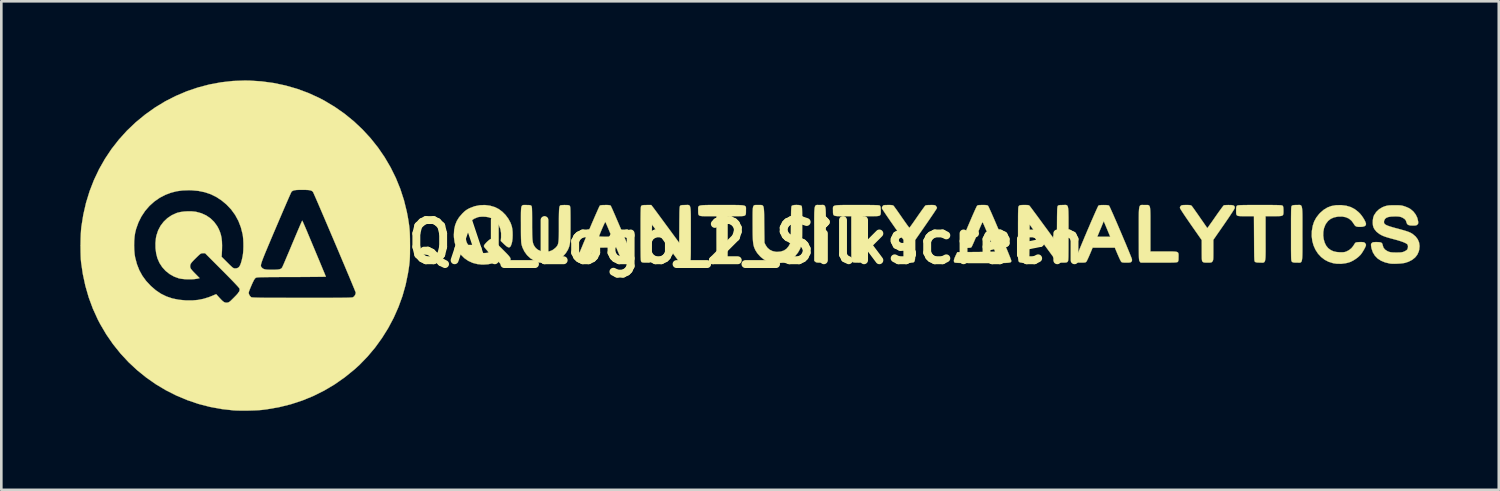
<source format=kicad_pcb>
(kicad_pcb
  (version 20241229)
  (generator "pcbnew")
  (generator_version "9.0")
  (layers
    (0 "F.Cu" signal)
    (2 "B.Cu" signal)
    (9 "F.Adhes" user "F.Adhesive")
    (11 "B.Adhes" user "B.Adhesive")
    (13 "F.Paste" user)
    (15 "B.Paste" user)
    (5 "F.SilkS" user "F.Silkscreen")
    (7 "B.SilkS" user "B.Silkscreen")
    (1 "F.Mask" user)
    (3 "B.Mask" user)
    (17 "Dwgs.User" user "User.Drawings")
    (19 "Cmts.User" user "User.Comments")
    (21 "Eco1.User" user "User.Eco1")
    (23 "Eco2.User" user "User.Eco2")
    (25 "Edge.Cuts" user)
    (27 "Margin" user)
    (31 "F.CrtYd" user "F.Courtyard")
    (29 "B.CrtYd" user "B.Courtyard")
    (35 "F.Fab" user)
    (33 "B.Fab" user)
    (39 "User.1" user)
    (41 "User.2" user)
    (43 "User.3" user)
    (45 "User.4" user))
  (footprint "QAI_Logo_2_Silkscreen"
    (layer "F.Cu")
    (at 25.261 6.132)
    (property "Reference" "QAI_Logo_2_Silkscreen" (at 0 0 0) (layer "F.SilkS") (effects (font (size 1.524 1.524) (thickness 0.3))))
    (attr through_hole)
    (fp_poly (pts (xy 2.737 -1.407) (xy 2.779 -1.406) (xy 2.794 -1.405) (xy 2.838 -1.407) (xy 2.876 -1.408) (xy 2.909 -1.408) (xy 2.935 -1.404) (xy 2.957 -1.392) (xy 2.975 -1.372) (xy 2.988 -1.341) (xy 2.999 -1.295) (xy 3.006 -1.233) (xy 3.01 -1.153) (xy 3.013 -1.051) (xy 3.014 -0.926) (xy 3.015 -0.776) (xy 3.014 -0.596) (xy 3.014 -0.386) (xy 3.014 -0.314) (xy 3.014 0.71) (xy 2.977 0.744) (xy 2.953 0.762) (xy 2.922 0.772) (xy 2.875 0.777) (xy 2.804 0.779) (xy 2.794 0.779) (xy 2.719 0.778) (xy 2.67 0.773) (xy 2.638 0.763) (xy 2.614 0.747) (xy 2.611 0.744) (xy 2.574 0.71) (xy 2.574 -0.314) (xy 2.574 -0.534) (xy 2.573 -0.723) (xy 2.573 -0.882) (xy 2.574 -1.015) (xy 2.576 -1.124) (xy 2.581 -1.21) (xy 2.587 -1.278) (xy 2.596 -1.328) (xy 2.609 -1.364) (xy 2.625 -1.387) (xy 2.645 -1.401) (xy 2.67 -1.407) (xy 2.701 -1.408) (xy 2.737 -1.407)) (stroke (width 0.01) (type solid)) (fill yes) (layer "F.SilkS"))
    (fp_poly (pts (xy 20.986 -1.408) (xy 21.013 -1.403) (xy 21.034 -1.392) (xy 21.052 -1.371) (xy 21.065 -1.339) (xy 21.075 -1.294) (xy 21.082 -1.231) (xy 21.087 -1.151) (xy 21.09 -1.048) (xy 21.091 -0.923) (xy 21.091 -0.771) (xy 21.091 -0.591) (xy 21.09 -0.381) (xy 21.09 -0.313) (xy 21.091 -0.093) (xy 21.091 0.095) (xy 21.091 0.255) (xy 21.09 0.388) (xy 21.088 0.496) (xy 21.084 0.583) (xy 21.077 0.651) (xy 21.068 0.701) (xy 21.056 0.737) (xy 21.04 0.76) (xy 21.02 0.774) (xy 20.995 0.78) (xy 20.966 0.782) (xy 20.93 0.78) (xy 20.889 0.779) (xy 20.876 0.779) (xy 20.801 0.778) (xy 20.751 0.773) (xy 20.719 0.764) (xy 20.697 0.749) (xy 20.693 0.745) (xy 20.686 0.737) (xy 20.68 0.727) (xy 20.675 0.712) (xy 20.67 0.69) (xy 20.667 0.658) (xy 20.664 0.613) (xy 20.662 0.553) (xy 20.661 0.475) (xy 20.66 0.376) (xy 20.659 0.255) (xy 20.659 0.108) (xy 20.659 -0.067) (xy 20.659 -0.273) (xy 20.659 -0.319) (xy 20.659 -0.532) (xy 20.659 -0.713) (xy 20.659 -0.866) (xy 20.66 -0.993) (xy 20.661 -1.096) (xy 20.662 -1.178) (xy 20.664 -1.241) (xy 20.667 -1.289) (xy 20.67 -1.323) (xy 20.674 -1.347) (xy 20.679 -1.362) (xy 20.685 -1.372) (xy 20.69 -1.377) (xy 20.714 -1.392) (xy 20.753 -1.401) (xy 20.814 -1.405) (xy 20.873 -1.405) (xy 20.917 -1.407) (xy 20.955 -1.408) (xy 20.986 -1.408)) (stroke (width 0.01) (type solid)) (fill yes) (layer "F.SilkS"))
    (fp_poly (pts (xy 15.05 -1.407) (xy 15.093 -1.406) (xy 15.105 -1.405) (xy 15.153 -1.406) (xy 15.193 -1.407) (xy 15.227 -1.406) (xy 15.254 -1.399) (xy 15.276 -1.385) (xy 15.293 -1.36) (xy 15.306 -1.323) (xy 15.314 -1.269) (xy 15.32 -1.198) (xy 15.323 -1.105) (xy 15.325 -0.989) (xy 15.325 -0.846) (xy 15.325 -0.675) (xy 15.325 -0.491) (xy 15.325 0.356) (xy 15.83 0.356) (xy 15.983 0.355) (xy 16.105 0.356) (xy 16.201 0.358) (xy 16.272 0.363) (xy 16.323 0.372) (xy 16.358 0.387) (xy 16.378 0.409) (xy 16.388 0.439) (xy 16.392 0.478) (xy 16.392 0.528) (xy 16.391 0.57) (xy 16.39 0.647) (xy 16.386 0.697) (xy 16.377 0.729) (xy 16.363 0.749) (xy 16.36 0.751) (xy 16.35 0.758) (xy 16.333 0.764) (xy 16.308 0.768) (xy 16.269 0.772) (xy 16.215 0.775) (xy 16.143 0.777) (xy 16.048 0.778) (xy 15.929 0.779) (xy 15.781 0.779) (xy 15.642 0.779) (xy 14.955 0.779) (xy 14.919 0.734) (xy 14.912 0.724) (xy 14.906 0.713) (xy 14.901 0.697) (xy 14.897 0.674) (xy 14.893 0.642) (xy 14.89 0.598) (xy 14.888 0.538) (xy 14.887 0.462) (xy 14.886 0.365) (xy 14.885 0.245) (xy 14.885 0.1) (xy 14.884 -0.073) (xy 14.884 -0.276) (xy 14.884 -0.324) (xy 14.884 -0.543) (xy 14.884 -0.73) (xy 14.884 -0.889) (xy 14.885 -1.021) (xy 14.887 -1.128) (xy 14.891 -1.214) (xy 14.898 -1.281) (xy 14.907 -1.33) (xy 14.92 -1.365) (xy 14.936 -1.388) (xy 14.957 -1.401) (xy 14.983 -1.407) (xy 15.014 -1.408) (xy 15.05 -1.407)) (stroke (width 0.01) (type solid)) (fill yes) (layer "F.SilkS"))
    (fp_poly (pts (xy -0.417 -1.405) (xy -0.304 -1.404) (xy -0.215 -1.4) (xy -0.145 -1.395) (xy -0.094 -1.386) (xy -0.058 -1.373) (xy -0.035 -1.356) (xy -0.022 -1.335) (xy -0.016 -1.307) (xy -0.015 -1.274) (xy -0.016 -1.234) (xy -0.017 -1.198) (xy -0.017 -1.127) (xy -0.02 -1.074) (xy -0.031 -1.036) (xy -0.053 -1.01) (xy -0.09 -0.994) (xy -0.148 -0.986) (xy -0.229 -0.983) (xy -0.338 -0.982) (xy -0.39 -0.982) (xy -0.711 -0.982) (xy -0.711 -0.13) (xy -0.711 0.063) (xy -0.711 0.224) (xy -0.712 0.357) (xy -0.713 0.465) (xy -0.714 0.55) (xy -0.716 0.615) (xy -0.719 0.664) (xy -0.722 0.698) (xy -0.727 0.722) (xy -0.732 0.737) (xy -0.738 0.747) (xy -0.742 0.751) (xy -0.778 0.767) (xy -0.836 0.777) (xy -0.907 0.782) (xy -0.98 0.78) (xy -1.045 0.772) (xy -1.092 0.758) (xy -1.107 0.748) (xy -1.113 0.738) (xy -1.118 0.723) (xy -1.123 0.699) (xy -1.126 0.664) (xy -1.129 0.615) (xy -1.131 0.549) (xy -1.133 0.463) (xy -1.134 0.354) (xy -1.134 0.22) (xy -1.134 0.058) (xy -1.135 -0.133) (xy -1.135 -0.982) (xy -1.455 -0.982) (xy -1.577 -0.982) (xy -1.669 -0.984) (xy -1.735 -0.99) (xy -1.78 -1.003) (xy -1.808 -1.025) (xy -1.822 -1.058) (xy -1.828 -1.104) (xy -1.829 -1.167) (xy -1.829 -1.198) (xy -1.83 -1.243) (xy -1.831 -1.282) (xy -1.829 -1.314) (xy -1.822 -1.339) (xy -1.807 -1.36) (xy -1.781 -1.376) (xy -1.742 -1.388) (xy -1.688 -1.396) (xy -1.614 -1.401) (xy -1.52 -1.404) (xy -1.402 -1.406) (xy -1.257 -1.406) (xy -1.083 -1.406) (xy -0.923 -1.405) (xy -0.724 -1.406) (xy -0.556 -1.406) (xy -0.417 -1.405)) (stroke (width 0.01) (type solid)) (fill yes) (layer "F.SilkS"))
    (fp_poly (pts (xy 4.024 -1.406) (xy 4.197 -1.405) (xy 4.388 -1.405) (xy 4.548 -1.405) (xy 4.68 -1.405) (xy 4.787 -1.404) (xy 4.871 -1.402) (xy 4.936 -1.4) (xy 4.984 -1.398) (xy 5.018 -1.394) (xy 5.041 -1.39) (xy 5.056 -1.385) (xy 5.065 -1.378) (xy 5.069 -1.375) (xy 5.083 -1.35) (xy 5.092 -1.311) (xy 5.096 -1.25) (xy 5.097 -1.191) (xy 5.097 -1.123) (xy 5.094 -1.071) (xy 5.083 -1.034) (xy 5.061 -1.009) (xy 5.024 -0.994) (xy 4.966 -0.986) (xy 4.885 -0.983) (xy 4.775 -0.982) (xy 4.727 -0.982) (xy 4.42 -0.982) (xy 4.42 -0.146) (xy 4.42 0.055) (xy 4.42 0.224) (xy 4.419 0.366) (xy 4.418 0.481) (xy 4.414 0.572) (xy 4.408 0.643) (xy 4.398 0.696) (xy 4.385 0.734) (xy 4.367 0.758) (xy 4.345 0.772) (xy 4.316 0.779) (xy 4.281 0.78) (xy 4.24 0.78) (xy 4.198 0.779) (xy 4.123 0.778) (xy 4.073 0.774) (xy 4.041 0.765) (xy 4.018 0.75) (xy 4.013 0.745) (xy 4.006 0.736) (xy 3.999 0.725) (xy 3.994 0.709) (xy 3.99 0.684) (xy 3.986 0.649) (xy 3.984 0.599) (xy 3.982 0.532) (xy 3.981 0.446) (xy 3.98 0.337) (xy 3.98 0.203) (xy 3.979 0.04) (xy 3.979 -0.135) (xy 3.979 -0.982) (xy 3.666 -0.982) (xy 3.543 -0.982) (xy 3.45 -0.984) (xy 3.382 -0.991) (xy 3.336 -1.004) (xy 3.308 -1.025) (xy 3.292 -1.058) (xy 3.286 -1.104) (xy 3.285 -1.166) (xy 3.285 -1.194) (xy 3.284 -1.24) (xy 3.283 -1.279) (xy 3.285 -1.312) (xy 3.292 -1.338) (xy 3.306 -1.359) (xy 3.332 -1.375) (xy 3.37 -1.387) (xy 3.424 -1.396) (xy 3.497 -1.401) (xy 3.59 -1.404) (xy 3.708 -1.406) (xy 3.851 -1.406) (xy 4.024 -1.406)) (stroke (width 0.01) (type solid)) (fill yes) (layer "F.SilkS"))
    (fp_poly (pts (xy 19.667 -1.405) (xy 19.826 -1.405) (xy 19.958 -1.405) (xy 20.064 -1.404) (xy 20.148 -1.402) (xy 20.212 -1.4) (xy 20.259 -1.398) (xy 20.293 -1.394) (xy 20.315 -1.39) (xy 20.33 -1.384) (xy 20.339 -1.378) (xy 20.343 -1.375) (xy 20.357 -1.35) (xy 20.366 -1.311) (xy 20.37 -1.25) (xy 20.371 -1.191) (xy 20.371 -1.123) (xy 20.367 -1.071) (xy 20.357 -1.034) (xy 20.335 -1.009) (xy 20.297 -0.994) (xy 20.24 -0.986) (xy 20.159 -0.983) (xy 20.049 -0.982) (xy 20.001 -0.982) (xy 19.693 -0.982) (xy 19.693 -0.135) (xy 19.694 0.064) (xy 19.694 0.233) (xy 19.694 0.373) (xy 19.692 0.487) (xy 19.689 0.578) (xy 19.683 0.648) (xy 19.674 0.7) (xy 19.661 0.736) (xy 19.644 0.76) (xy 19.622 0.774) (xy 19.595 0.78) (xy 19.561 0.781) (xy 19.52 0.779) (xy 19.478 0.778) (xy 19.39 0.776) (xy 19.332 0.768) (xy 19.297 0.753) (xy 19.296 0.752) (xy 19.288 0.746) (xy 19.282 0.736) (xy 19.276 0.721) (xy 19.272 0.698) (xy 19.268 0.663) (xy 19.266 0.614) (xy 19.263 0.548) (xy 19.262 0.462) (xy 19.26 0.354) (xy 19.259 0.221) (xy 19.258 0.059) (xy 19.257 -0.128) (xy 19.252 -0.982) (xy 18.942 -0.982) (xy 18.822 -0.982) (xy 18.731 -0.984) (xy 18.666 -0.99) (xy 18.622 -1.003) (xy 18.596 -1.025) (xy 18.582 -1.058) (xy 18.577 -1.106) (xy 18.576 -1.17) (xy 18.576 -1.197) (xy 18.577 -1.273) (xy 18.581 -1.324) (xy 18.59 -1.355) (xy 18.605 -1.376) (xy 18.607 -1.377) (xy 18.616 -1.384) (xy 18.632 -1.389) (xy 18.656 -1.394) (xy 18.691 -1.397) (xy 18.74 -1.4) (xy 18.807 -1.402) (xy 18.894 -1.404) (xy 19.003 -1.405) (xy 19.138 -1.405) (xy 19.301 -1.405) (xy 19.476 -1.405) (xy 19.667 -1.405)) (stroke (width 0.01) (type solid)) (fill yes) (layer "F.SilkS"))
    (fp_poly (pts (xy 18.396 -1.403) (xy 18.459 -1.394) (xy 18.499 -1.375) (xy 18.519 -1.346) (xy 18.525 -1.303) (xy 18.525 -1.3) (xy 18.515 -1.273) (xy 18.485 -1.219) (xy 18.434 -1.138) (xy 18.363 -1.03) (xy 18.273 -0.895) (xy 18.162 -0.734) (xy 18.119 -0.671) (xy 17.712 -0.085) (xy 17.712 0.302) (xy 17.712 0.427) (xy 17.711 0.523) (xy 17.71 0.594) (xy 17.707 0.644) (xy 17.702 0.68) (xy 17.695 0.704) (xy 17.686 0.722) (xy 17.677 0.734) (xy 17.658 0.756) (xy 17.637 0.769) (xy 17.605 0.776) (xy 17.555 0.779) (xy 17.491 0.779) (xy 17.415 0.778) (xy 17.365 0.774) (xy 17.333 0.765) (xy 17.311 0.75) (xy 17.306 0.745) (xy 17.295 0.732) (xy 17.287 0.716) (xy 17.281 0.692) (xy 17.277 0.655) (xy 17.274 0.601) (xy 17.273 0.525) (xy 17.272 0.424) (xy 17.272 0.318) (xy 17.271 -0.076) (xy 16.857 -0.669) (xy 16.766 -0.801) (xy 16.682 -0.923) (xy 16.608 -1.033) (xy 16.545 -1.128) (xy 16.496 -1.205) (xy 16.462 -1.261) (xy 16.445 -1.294) (xy 16.443 -1.3) (xy 16.454 -1.34) (xy 16.476 -1.372) (xy 16.496 -1.387) (xy 16.522 -1.397) (xy 16.562 -1.403) (xy 16.624 -1.405) (xy 16.685 -1.405) (xy 16.765 -1.405) (xy 16.818 -1.402) (xy 16.853 -1.396) (xy 16.876 -1.385) (xy 16.894 -1.368) (xy 16.894 -1.367) (xy 16.913 -1.344) (xy 16.948 -1.296) (xy 16.996 -1.229) (xy 17.055 -1.145) (xy 17.122 -1.05) (xy 17.194 -0.946) (xy 17.204 -0.931) (xy 17.275 -0.829) (xy 17.34 -0.736) (xy 17.395 -0.656) (xy 17.439 -0.593) (xy 17.469 -0.549) (xy 17.483 -0.53) (xy 17.484 -0.529) (xy 17.494 -0.541) (xy 17.521 -0.578) (xy 17.562 -0.636) (xy 17.616 -0.712) (xy 17.68 -0.802) (xy 17.751 -0.904) (xy 17.786 -0.955) (xy 17.861 -1.062) (xy 17.931 -1.16) (xy 17.993 -1.245) (xy 18.044 -1.315) (xy 18.083 -1.365) (xy 18.107 -1.391) (xy 18.111 -1.395) (xy 18.139 -1.4) (xy 18.192 -1.403) (xy 18.261 -1.405) (xy 18.304 -1.405) (xy 18.396 -1.403)) (stroke (width 0.01) (type solid)) (fill yes) (layer "F.SilkS"))
    (fp_poly (pts (xy 7.066 -1.405) (xy 7.118 -1.403) (xy 7.151 -1.397) (xy 7.172 -1.386) (xy 7.19 -1.368) (xy 7.195 -1.361) (xy 7.22 -1.324) (xy 7.23 -1.296) (xy 7.231 -1.295) (xy 7.221 -1.277) (xy 7.194 -1.234) (xy 7.152 -1.169) (xy 7.097 -1.086) (xy 7.029 -0.986) (xy 6.953 -0.874) (xy 6.869 -0.752) (xy 6.816 -0.675) (xy 6.401 -0.076) (xy 6.401 0.318) (xy 6.401 0.454) (xy 6.4 0.561) (xy 6.396 0.642) (xy 6.387 0.699) (xy 6.372 0.738) (xy 6.349 0.762) (xy 6.316 0.774) (xy 6.271 0.779) (xy 6.213 0.779) (xy 6.182 0.779) (xy 6.109 0.778) (xy 6.062 0.775) (xy 6.032 0.767) (xy 6.012 0.753) (xy 5.996 0.734) (xy 5.984 0.718) (xy 5.976 0.699) (xy 5.97 0.673) (xy 5.965 0.635) (xy 5.963 0.58) (xy 5.961 0.505) (xy 5.961 0.403) (xy 5.961 0.303) (xy 5.961 -0.083) (xy 5.556 -0.664) (xy 5.469 -0.789) (xy 5.388 -0.907) (xy 5.315 -1.014) (xy 5.252 -1.108) (xy 5.201 -1.184) (xy 5.165 -1.24) (xy 5.144 -1.273) (xy 5.141 -1.28) (xy 5.145 -1.325) (xy 5.166 -1.36) (xy 5.183 -1.381) (xy 5.202 -1.394) (xy 5.23 -1.401) (xy 5.275 -1.404) (xy 5.343 -1.405) (xy 5.378 -1.405) (xy 5.46 -1.405) (xy 5.516 -1.401) (xy 5.553 -1.394) (xy 5.575 -1.383) (xy 5.584 -1.375) (xy 5.601 -1.354) (xy 5.634 -1.308) (xy 5.682 -1.243) (xy 5.74 -1.161) (xy 5.806 -1.066) (xy 5.878 -0.963) (xy 5.891 -0.943) (xy 5.963 -0.841) (xy 6.028 -0.748) (xy 6.085 -0.668) (xy 6.131 -0.605) (xy 6.164 -0.562) (xy 6.18 -0.543) (xy 6.181 -0.542) (xy 6.194 -0.555) (xy 6.223 -0.593) (xy 6.266 -0.652) (xy 6.321 -0.729) (xy 6.384 -0.819) (xy 6.455 -0.921) (xy 6.477 -0.953) (xy 6.55 -1.058) (xy 6.618 -1.154) (xy 6.678 -1.239) (xy 6.728 -1.307) (xy 6.764 -1.356) (xy 6.785 -1.382) (xy 6.787 -1.384) (xy 6.821 -1.396) (xy 6.886 -1.403) (xy 6.982 -1.405) (xy 6.987 -1.405) (xy 7.066 -1.405)) (stroke (width 0.01) (type solid)) (fill yes) (layer "F.SilkS"))
    (fp_poly (pts (xy 22.571 -1.401) (xy 22.757 -1.377) (xy 22.924 -1.328) (xy 23.074 -1.25) (xy 23.212 -1.142) (xy 23.275 -1.08) (xy 23.33 -1.013) (xy 23.385 -0.936) (xy 23.434 -0.856) (xy 23.473 -0.78) (xy 23.497 -0.717) (xy 23.503 -0.682) (xy 23.488 -0.634) (xy 23.443 -0.6) (xy 23.369 -0.581) (xy 23.291 -0.576) (xy 23.205 -0.578) (xy 23.144 -0.588) (xy 23.1 -0.61) (xy 23.065 -0.648) (xy 23.033 -0.699) (xy 22.954 -0.808) (xy 22.857 -0.889) (xy 22.74 -0.942) (xy 22.604 -0.968) (xy 22.449 -0.966) (xy 22.429 -0.964) (xy 22.285 -0.935) (xy 22.164 -0.881) (xy 22.064 -0.802) (xy 21.983 -0.696) (xy 21.957 -0.648) (xy 21.909 -0.524) (xy 21.884 -0.389) (xy 21.88 -0.249) (xy 21.897 -0.111) (xy 21.933 0.018) (xy 21.988 0.132) (xy 22.061 0.224) (xy 22.075 0.237) (xy 22.167 0.304) (xy 22.266 0.35) (xy 22.381 0.376) (xy 22.496 0.386) (xy 22.582 0.388) (xy 22.646 0.385) (xy 22.698 0.377) (xy 22.749 0.361) (xy 22.762 0.356) (xy 22.86 0.304) (xy 22.951 0.23) (xy 23.023 0.141) (xy 23.045 0.104) (xy 23.074 0.058) (xy 23.104 0.024) (xy 23.113 0.017) (xy 23.145 0.009) (xy 23.2 0.003) (xy 23.268 0.000167) (xy 23.288 0) (xy 23.359 0.001) (xy 23.406 0.005) (xy 23.436 0.015) (xy 23.459 0.031) (xy 23.467 0.039) (xy 23.493 0.076) (xy 23.503 0.109) (xy 23.494 0.146) (xy 23.47 0.202) (xy 23.434 0.271) (xy 23.391 0.344) (xy 23.347 0.413) (xy 23.304 0.472) (xy 23.292 0.486) (xy 23.217 0.559) (xy 23.122 0.633) (xy 23.02 0.698) (xy 22.924 0.747) (xy 22.911 0.752) (xy 22.746 0.8) (xy 22.568 0.824) (xy 22.388 0.821) (xy 22.259 0.802) (xy 22.089 0.75) (xy 21.935 0.67) (xy 21.799 0.565) (xy 21.682 0.439) (xy 21.587 0.293) (xy 21.514 0.132) (xy 21.466 -0.042) (xy 21.443 -0.227) (xy 21.448 -0.419) (xy 21.482 -0.615) (xy 21.482 -0.618) (xy 21.536 -0.78) (xy 21.614 -0.925) (xy 21.72 -1.061) (xy 21.766 -1.11) (xy 21.898 -1.225) (xy 22.037 -1.31) (xy 22.187 -1.367) (xy 22.352 -1.397) (xy 22.537 -1.402) (xy 22.571 -1.401)) (stroke (width 0.01) (type solid)) (fill yes) (layer "F.SilkS"))
    (fp_poly (pts (xy 1.955 -1.407) (xy 2.021 -1.4) (xy 2.07 -1.386) (xy 2.089 -1.375) (xy 2.096 -1.364) (xy 2.102 -1.347) (xy 2.106 -1.321) (xy 2.11 -1.282) (xy 2.112 -1.228) (xy 2.114 -1.154) (xy 2.116 -1.059) (xy 2.116 -0.938) (xy 2.116 -0.788) (xy 2.116 -0.676) (xy 2.116 -0.497) (xy 2.115 -0.349) (xy 2.114 -0.227) (xy 2.111 -0.129) (xy 2.108 -0.052) (xy 2.104 0.009) (xy 2.099 0.056) (xy 2.092 0.093) (xy 2.091 0.1) (xy 2.037 0.256) (xy 1.956 0.4) (xy 1.851 0.528) (xy 1.727 0.635) (xy 1.587 0.718) (xy 1.445 0.769) (xy 1.356 0.785) (xy 1.247 0.793) (xy 1.131 0.793) (xy 1.021 0.787) (xy 0.929 0.772) (xy 0.914 0.769) (xy 0.78 0.723) (xy 0.663 0.659) (xy 0.552 0.571) (xy 0.515 0.535) (xy 0.415 0.422) (xy 0.345 0.313) (xy 0.341 0.305) (xy 0.317 0.252) (xy 0.296 0.202) (xy 0.28 0.151) (xy 0.267 0.094) (xy 0.257 0.028) (xy 0.249 -0.05) (xy 0.244 -0.145) (xy 0.24 -0.26) (xy 0.238 -0.399) (xy 0.238 -0.565) (xy 0.237 -0.696) (xy 0.237 -0.87) (xy 0.237 -1.013) (xy 0.238 -1.128) (xy 0.241 -1.219) (xy 0.246 -1.287) (xy 0.256 -1.337) (xy 0.27 -1.371) (xy 0.289 -1.392) (xy 0.315 -1.402) (xy 0.349 -1.406) (xy 0.39 -1.406) (xy 0.441 -1.406) (xy 0.452 -1.405) (xy 0.503 -1.406) (xy 0.546 -1.406) (xy 0.581 -1.403) (xy 0.608 -1.394) (xy 0.63 -1.375) (xy 0.646 -1.344) (xy 0.657 -1.298) (xy 0.665 -1.234) (xy 0.67 -1.149) (xy 0.673 -1.041) (xy 0.675 -0.906) (xy 0.676 -0.741) (xy 0.677 -0.654) (xy 0.686 0.025) (xy 0.732 0.119) (xy 0.799 0.217) (xy 0.889 0.293) (xy 0.999 0.345) (xy 1.124 0.37) (xy 1.17 0.372) (xy 1.307 0.359) (xy 1.426 0.319) (xy 1.524 0.252) (xy 1.602 0.158) (xy 1.631 0.105) (xy 1.685 -0.008) (xy 1.69 -0.677) (xy 1.692 -0.848) (xy 1.693 -0.988) (xy 1.695 -1.1) (xy 1.697 -1.188) (xy 1.7 -1.255) (xy 1.704 -1.304) (xy 1.708 -1.337) (xy 1.713 -1.359) (xy 1.72 -1.373) (xy 1.722 -1.376) (xy 1.756 -1.393) (xy 1.812 -1.404) (xy 1.882 -1.408) (xy 1.955 -1.407)) (stroke (width 0.01) (type solid)) (fill yes) (layer "F.SilkS"))
    (fp_poly (pts (xy 13.65 -1.403) (xy 13.718 -1.396) (xy 13.754 -1.385) (xy 13.755 -1.384) (xy 13.766 -1.365) (xy 13.789 -1.319) (xy 13.822 -1.247) (xy 13.864 -1.153) (xy 13.914 -1.042) (xy 13.969 -0.915) (xy 14.03 -0.776) (xy 14.094 -0.628) (xy 14.159 -0.475) (xy 14.226 -0.319) (xy 14.291 -0.164) (xy 14.355 -0.014) (xy 14.415 0.129) (xy 14.47 0.262) (xy 14.519 0.381) (xy 14.56 0.483) (xy 14.593 0.565) (xy 14.615 0.623) (xy 14.625 0.655) (xy 14.625 0.657) (xy 14.625 0.711) (xy 14.605 0.745) (xy 14.586 0.761) (xy 14.56 0.771) (xy 14.519 0.777) (xy 14.456 0.779) (xy 14.41 0.779) (xy 14.332 0.778) (xy 14.279 0.774) (xy 14.246 0.767) (xy 14.225 0.754) (xy 14.217 0.747) (xy 14.201 0.72) (xy 14.174 0.669) (xy 14.141 0.599) (xy 14.104 0.515) (xy 14.081 0.463) (xy 13.975 0.212) (xy 13.133 0.212) (xy 13.028 0.463) (xy 12.99 0.551) (xy 12.954 0.63) (xy 12.924 0.693) (xy 12.901 0.735) (xy 12.893 0.747) (xy 12.874 0.762) (xy 12.847 0.772) (xy 12.804 0.777) (xy 12.737 0.779) (xy 12.7 0.779) (xy 12.621 0.778) (xy 12.568 0.774) (xy 12.535 0.766) (xy 12.514 0.754) (xy 12.508 0.748) (xy 12.485 0.707) (xy 12.48 0.676) (xy 12.486 0.652) (xy 12.505 0.601) (xy 12.534 0.525) (xy 12.573 0.428) (xy 12.62 0.313) (xy 12.673 0.184) (xy 12.732 0.043) (xy 12.795 -0.107) (xy 12.835 -0.203) (xy 13.309 -0.203) (xy 13.801 -0.203) (xy 13.774 -0.267) (xy 13.757 -0.309) (xy 13.73 -0.372) (xy 13.699 -0.448) (xy 13.674 -0.508) (xy 13.642 -0.585) (xy 13.612 -0.656) (xy 13.589 -0.712) (xy 13.577 -0.739) (xy 13.554 -0.793) (xy 13.459 -0.561) (xy 13.422 -0.474) (xy 13.388 -0.392) (xy 13.36 -0.323) (xy 13.34 -0.276) (xy 13.336 -0.267) (xy 13.309 -0.203) (xy 12.835 -0.203) (xy 12.86 -0.261) (xy 12.926 -0.418) (xy 12.993 -0.573) (xy 13.057 -0.724) (xy 13.119 -0.866) (xy 13.177 -0.998) (xy 13.229 -1.116) (xy 13.274 -1.217) (xy 13.31 -1.296) (xy 13.337 -1.352) (xy 13.353 -1.381) (xy 13.355 -1.384) (xy 13.39 -1.396) (xy 13.455 -1.403) (xy 13.549 -1.405) (xy 13.555 -1.405) (xy 13.65 -1.403)) (stroke (width 0.01) (type solid)) (fill yes) (layer "F.SilkS"))
    (fp_poly (pts (xy -5.267 -1.405) (xy -5.21 -1.401) (xy -5.175 -1.395) (xy -5.153 -1.384) (xy -5.144 -1.376) (xy -5.134 -1.355) (xy -5.111 -1.306) (xy -5.077 -1.232) (xy -5.034 -1.134) (xy -4.982 -1.015) (xy -4.924 -0.879) (xy -4.859 -0.728) (xy -4.789 -0.565) (xy -4.716 -0.392) (xy -4.691 -0.333) (xy -4.263 0.68) (xy -4.296 0.725) (xy -4.314 0.746) (xy -4.334 0.76) (xy -4.364 0.768) (xy -4.413 0.772) (xy -4.487 0.775) (xy -4.496 0.775) (xy -4.579 0.776) (xy -4.635 0.774) (xy -4.67 0.766) (xy -4.689 0.755) (xy -4.705 0.731) (xy -4.73 0.682) (xy -4.763 0.613) (xy -4.8 0.53) (xy -4.827 0.466) (xy -4.936 0.204) (xy -5.357 0.208) (xy -5.778 0.212) (xy -5.887 0.474) (xy -5.925 0.563) (xy -5.96 0.642) (xy -5.991 0.704) (xy -6.014 0.745) (xy -6.024 0.758) (xy -6.058 0.769) (xy -6.121 0.776) (xy -6.209 0.779) (xy -6.286 0.778) (xy -6.338 0.774) (xy -6.371 0.766) (xy -6.393 0.752) (xy -6.401 0.745) (xy -6.426 0.709) (xy -6.435 0.679) (xy -6.428 0.656) (xy -6.41 0.606) (xy -6.38 0.531) (xy -6.342 0.436) (xy -6.295 0.321) (xy -6.241 0.193) (xy -6.183 0.052) (xy -6.12 -0.097) (xy -6.07 -0.216) (xy -5.588 -0.216) (xy -5.572 -0.211) (xy -5.528 -0.208) (xy -5.463 -0.205) (xy -5.381 -0.203) (xy -5.349 -0.203) (xy -5.251 -0.204) (xy -5.183 -0.206) (xy -5.141 -0.21) (xy -5.121 -0.217) (xy -5.119 -0.224) (xy -5.145 -0.29) (xy -5.177 -0.367) (xy -5.212 -0.452) (xy -5.248 -0.537) (xy -5.282 -0.617) (xy -5.312 -0.685) (xy -5.335 -0.736) (xy -5.348 -0.764) (xy -5.35 -0.767) (xy -5.359 -0.756) (xy -5.378 -0.719) (xy -5.405 -0.663) (xy -5.437 -0.593) (xy -5.471 -0.515) (xy -5.505 -0.435) (xy -5.536 -0.36) (xy -5.562 -0.295) (xy -5.58 -0.245) (xy -5.588 -0.218) (xy -5.588 -0.216) (xy -6.07 -0.216) (xy -6.055 -0.251) (xy -5.989 -0.408) (xy -5.922 -0.563) (xy -5.858 -0.714) (xy -5.796 -0.857) (xy -5.738 -0.99) (xy -5.686 -1.109) (xy -5.641 -1.21) (xy -5.604 -1.292) (xy -5.577 -1.349) (xy -5.561 -1.38) (xy -5.558 -1.384) (xy -5.524 -1.396) (xy -5.458 -1.403) (xy -5.36 -1.405) (xy -5.35 -1.405) (xy -5.267 -1.405)) (stroke (width 0.01) (type solid)) (fill yes) (layer "F.SilkS"))
    (fp_poly (pts (xy -8.358 -1.406) (xy -8.337 -1.405) (xy -8.26 -1.404) (xy -8.21 -1.4) (xy -8.178 -1.391) (xy -8.158 -1.377) (xy -8.156 -1.375) (xy -8.149 -1.363) (xy -8.143 -1.346) (xy -8.138 -1.319) (xy -8.134 -1.279) (xy -8.132 -1.222) (xy -8.13 -1.145) (xy -8.129 -1.045) (xy -8.128 -0.919) (xy -8.128 -0.763) (xy -8.128 -0.733) (xy -8.128 -0.553) (xy -8.126 -0.403) (xy -8.124 -0.279) (xy -8.12 -0.179) (xy -8.115 -0.098) (xy -8.107 -0.032) (xy -8.097 0.021) (xy -8.084 0.066) (xy -8.068 0.106) (xy -8.054 0.135) (xy -7.989 0.226) (xy -7.903 0.295) (xy -7.801 0.343) (xy -7.689 0.368) (xy -7.573 0.37) (xy -7.458 0.348) (xy -7.349 0.301) (xy -7.254 0.229) (xy -7.253 0.229) (xy -7.22 0.195) (xy -7.192 0.163) (xy -7.169 0.13) (xy -7.151 0.092) (xy -7.138 0.045) (xy -7.128 -0.014) (xy -7.121 -0.088) (xy -7.116 -0.181) (xy -7.113 -0.297) (xy -7.112 -0.438) (xy -7.112 -0.609) (xy -7.112 -0.662) (xy -7.112 -0.836) (xy -7.111 -0.979) (xy -7.109 -1.095) (xy -7.106 -1.186) (xy -7.102 -1.256) (xy -7.095 -1.308) (xy -7.088 -1.344) (xy -7.077 -1.369) (xy -7.065 -1.385) (xy -7.056 -1.392) (xy -7.031 -1.398) (xy -6.981 -1.402) (xy -6.915 -1.405) (xy -6.882 -1.405) (xy -6.805 -1.404) (xy -6.754 -1.4) (xy -6.723 -1.391) (xy -6.702 -1.377) (xy -6.7 -1.375) (xy -6.693 -1.364) (xy -6.687 -1.347) (xy -6.682 -1.32) (xy -6.678 -1.281) (xy -6.676 -1.226) (xy -6.674 -1.152) (xy -6.673 -1.055) (xy -6.672 -0.933) (xy -6.672 -0.781) (xy -6.672 -0.693) (xy -6.672 -0.507) (xy -6.674 -0.351) (xy -6.676 -0.222) (xy -6.68 -0.115) (xy -6.686 -0.027) (xy -6.694 0.046) (xy -6.705 0.108) (xy -6.719 0.162) (xy -6.737 0.213) (xy -6.758 0.263) (xy -6.776 0.301) (xy -6.848 0.417) (xy -6.951 0.535) (xy -7.067 0.637) (xy -7.19 0.712) (xy -7.324 0.762) (xy -7.476 0.788) (xy -7.628 0.795) (xy -7.748 0.789) (xy -7.851 0.776) (xy -7.899 0.764) (xy -8.055 0.702) (xy -8.196 0.612) (xy -8.318 0.497) (xy -8.418 0.361) (xy -8.493 0.207) (xy -8.524 0.108) (xy -8.531 0.076) (xy -8.537 0.037) (xy -8.542 -0.013) (xy -8.545 -0.077) (xy -8.548 -0.157) (xy -8.55 -0.259) (xy -8.551 -0.386) (xy -8.551 -0.54) (xy -8.551 -0.673) (xy -8.552 -0.85) (xy -8.552 -0.996) (xy -8.551 -1.115) (xy -8.548 -1.208) (xy -8.543 -1.279) (xy -8.534 -1.331) (xy -8.521 -1.367) (xy -8.502 -1.389) (xy -8.478 -1.401) (xy -8.446 -1.406) (xy -8.407 -1.407) (xy -8.358 -1.406)) (stroke (width 0.01) (type solid)) (fill yes) (layer "F.SilkS"))
    (fp_poly (pts (xy -2.214 -1.408) (xy -2.187 -1.403) (xy -2.165 -1.392) (xy -2.148 -1.372) (xy -2.134 -1.34) (xy -2.124 -1.294) (xy -2.117 -1.232) (xy -2.112 -1.152) (xy -2.109 -1.05) (xy -2.108 -0.925) (xy -2.108 -0.773) (xy -2.108 -0.594) (xy -2.108 -0.384) (xy -2.108 -0.313) (xy -2.108 -0.102) (xy -2.108 0.079) (xy -2.109 0.23) (xy -2.109 0.356) (xy -2.11 0.458) (xy -2.112 0.54) (xy -2.114 0.603) (xy -2.116 0.65) (xy -2.12 0.685) (xy -2.124 0.709) (xy -2.129 0.725) (xy -2.134 0.736) (xy -2.14 0.743) (xy -2.159 0.76) (xy -2.182 0.77) (xy -2.219 0.776) (xy -2.276 0.778) (xy -2.346 0.779) (xy -2.425 0.779) (xy -2.477 0.776) (xy -2.511 0.77) (xy -2.533 0.759) (xy -2.552 0.741) (xy -2.56 0.732) (xy -2.577 0.709) (xy -2.613 0.661) (xy -2.664 0.592) (xy -2.729 0.504) (xy -2.805 0.4) (xy -2.891 0.284) (xy -2.983 0.156) (xy -3.082 0.022) (xy -3.09 0.01) (xy -3.581 -0.665) (xy -3.59 0.033) (xy -3.592 0.212) (xy -3.593 0.36) (xy -3.596 0.48) (xy -3.599 0.575) (xy -3.605 0.647) (xy -3.614 0.701) (xy -3.627 0.738) (xy -3.645 0.761) (xy -3.668 0.774) (xy -3.698 0.78) (xy -3.736 0.78) (xy -3.782 0.779) (xy -3.811 0.779) (xy -3.886 0.778) (xy -3.935 0.773) (xy -3.965 0.763) (xy -3.985 0.748) (xy -3.991 0.739) (xy -3.996 0.725) (xy -4 0.703) (xy -4.004 0.67) (xy -4.006 0.625) (xy -4.009 0.564) (xy -4.01 0.485) (xy -4.011 0.385) (xy -4.012 0.262) (xy -4.013 0.113) (xy -4.013 -0.064) (xy -4.013 -0.272) (xy -4.013 -0.316) (xy -4.013 -0.529) (xy -4.013 -0.711) (xy -4.013 -0.864) (xy -4.012 -0.991) (xy -4.011 -1.094) (xy -4.009 -1.177) (xy -4.007 -1.24) (xy -4.005 -1.288) (xy -4.002 -1.323) (xy -3.998 -1.347) (xy -3.993 -1.362) (xy -3.987 -1.372) (xy -3.982 -1.377) (xy -3.96 -1.391) (xy -3.925 -1.4) (xy -3.869 -1.404) (xy -3.788 -1.405) (xy -3.779 -1.405) (xy -3.608 -1.405) (xy -3.544 -1.323) (xy -3.521 -1.293) (xy -3.48 -1.238) (xy -3.424 -1.163) (xy -3.355 -1.069) (xy -3.275 -0.961) (xy -3.187 -0.841) (xy -3.093 -0.713) (xy -3.014 -0.606) (xy -2.548 0.029) (xy -2.544 -0.657) (xy -2.543 -0.83) (xy -2.541 -0.972) (xy -2.54 -1.086) (xy -2.538 -1.176) (xy -2.535 -1.244) (xy -2.532 -1.294) (xy -2.528 -1.33) (xy -2.523 -1.353) (xy -2.517 -1.368) (xy -2.512 -1.375) (xy -2.492 -1.39) (xy -2.463 -1.399) (xy -2.415 -1.404) (xy -2.342 -1.405) (xy -2.328 -1.405) (xy -2.284 -1.407) (xy -2.246 -1.408) (xy -2.214 -1.408)) (stroke (width 0.01) (type solid)) (fill yes) (layer "F.SilkS"))
    (fp_poly (pts (xy 9.041 -1.405) (xy 9.097 -1.402) (xy 9.132 -1.395) (xy 9.155 -1.385) (xy 9.168 -1.374) (xy 9.181 -1.351) (xy 9.205 -1.301) (xy 9.239 -1.225) (xy 9.283 -1.129) (xy 9.333 -1.014) (xy 9.39 -0.884) (xy 9.451 -0.742) (xy 9.515 -0.592) (xy 9.582 -0.436) (xy 9.648 -0.279) (xy 9.714 -0.122) (xy 9.778 0.03) (xy 9.838 0.174) (xy 9.893 0.307) (xy 9.942 0.427) (xy 9.983 0.529) (xy 10.015 0.61) (xy 10.036 0.668) (xy 10.046 0.698) (xy 10.046 0.701) (xy 10.047 0.72) (xy 10.045 0.736) (xy 10.04 0.75) (xy 10.028 0.761) (xy 10.008 0.771) (xy 9.976 0.778) (xy 9.93 0.784) (xy 9.869 0.789) (xy 9.788 0.792) (xy 9.687 0.794) (xy 9.562 0.795) (xy 9.412 0.796) (xy 9.233 0.796) (xy 9.024 0.796) (xy 8.948 0.796) (xy 8.733 0.796) (xy 8.549 0.796) (xy 8.394 0.795) (xy 8.265 0.794) (xy 8.161 0.793) (xy 8.078 0.791) (xy 8.013 0.789) (xy 7.966 0.786) (xy 7.932 0.783) (xy 7.91 0.779) (xy 7.896 0.774) (xy 7.89 0.77) (xy 7.872 0.732) (xy 7.872 0.682) (xy 7.892 0.615) (xy 7.931 0.526) (xy 7.935 0.516) (xy 8.001 0.381) (xy 8.716 0.377) (xy 8.868 0.375) (xy 9.009 0.374) (xy 9.136 0.372) (xy 9.244 0.369) (xy 9.331 0.367) (xy 9.393 0.364) (xy 9.427 0.361) (xy 9.432 0.36) (xy 9.426 0.34) (xy 9.408 0.295) (xy 9.38 0.227) (xy 9.345 0.141) (xy 9.304 0.041) (xy 9.259 -0.067) (xy 9.211 -0.181) (xy 9.162 -0.295) (xy 9.115 -0.406) (xy 9.071 -0.509) (xy 9.032 -0.6) (xy 8.999 -0.675) (xy 8.974 -0.729) (xy 8.96 -0.758) (xy 8.958 -0.762) (xy 8.949 -0.747) (xy 8.929 -0.704) (xy 8.899 -0.638) (xy 8.862 -0.553) (xy 8.819 -0.451) (xy 8.771 -0.337) (xy 8.756 -0.301) (xy 8.706 -0.182) (xy 8.66 -0.073) (xy 8.618 0.023) (xy 8.583 0.101) (xy 8.557 0.157) (xy 8.541 0.187) (xy 8.538 0.191) (xy 8.52 0.205) (xy 8.49 0.214) (xy 8.442 0.218) (xy 8.369 0.22) (xy 8.349 0.22) (xy 8.25 0.217) (xy 8.181 0.206) (xy 8.137 0.186) (xy 8.115 0.156) (xy 8.111 0.127) (xy 8.118 0.103) (xy 8.136 0.052) (xy 8.165 -0.022) (xy 8.203 -0.116) (xy 8.248 -0.226) (xy 8.298 -0.347) (xy 8.352 -0.477) (xy 8.409 -0.611) (xy 8.466 -0.745) (xy 8.522 -0.875) (xy 8.575 -0.999) (xy 8.625 -1.111) (xy 8.668 -1.208) (xy 8.704 -1.287) (xy 8.731 -1.342) (xy 8.747 -1.372) (xy 8.748 -1.374) (xy 8.766 -1.388) (xy 8.792 -1.398) (xy 8.834 -1.403) (xy 8.898 -1.405) (xy 8.958 -1.405) (xy 9.041 -1.405)) (stroke (width 0.01) (type solid)) (fill yes) (layer "F.SilkS"))
    (fp_poly (pts (xy -9.723 -1.38) (xy -9.537 -1.325) (xy -9.392 -1.251) (xy -9.255 -1.149) (xy -9.132 -1.024) (xy -9.027 -0.882) (xy -8.944 -0.727) (xy -8.897 -0.593) (xy -8.879 -0.497) (xy -8.868 -0.381) (xy -8.866 -0.255) (xy -8.871 -0.131) (xy -8.885 -0.022) (xy -8.897 0.034) (xy -8.925 0.12) (xy -8.955 0.176) (xy -8.992 0.201) (xy -9.037 0.197) (xy -9.094 0.164) (xy -9.166 0.102) (xy -9.189 0.081) (xy -9.316 -0.042) (xy -9.304 -0.178) (xy -9.304 -0.344) (xy -9.331 -0.497) (xy -9.385 -0.632) (xy -9.463 -0.749) (xy -9.565 -0.843) (xy -9.676 -0.908) (xy -9.778 -0.942) (xy -9.898 -0.961) (xy -10.024 -0.965) (xy -10.142 -0.954) (xy -10.195 -0.941) (xy -10.33 -0.885) (xy -10.447 -0.801) (xy -10.543 -0.691) (xy -10.604 -0.583) (xy -10.62 -0.544) (xy -10.631 -0.504) (xy -10.638 -0.457) (xy -10.641 -0.394) (xy -10.643 -0.306) (xy -10.643 -0.279) (xy -10.642 -0.188) (xy -10.64 -0.122) (xy -10.635 -0.073) (xy -10.625 -0.033) (xy -10.61 0.007) (xy -10.59 0.051) (xy -10.512 0.177) (xy -10.413 0.278) (xy -10.292 0.353) (xy -10.149 0.401) (xy -10.116 0.408) (xy -10.056 0.415) (xy -9.984 0.418) (xy -9.91 0.416) (xy -9.844 0.41) (xy -9.797 0.401) (xy -9.784 0.396) (xy -9.787 0.38) (xy -9.811 0.347) (xy -9.849 0.302) (xy -9.863 0.287) (xy -9.919 0.222) (xy -9.951 0.172) (xy -9.957 0.148) (xy -9.944 0.115) (xy -9.911 0.07) (xy -9.865 0.018) (xy -9.811 -0.034) (xy -9.758 -0.078) (xy -9.713 -0.109) (xy -9.684 -0.119) (xy -9.664 -0.111) (xy -9.629 -0.087) (xy -9.58 -0.044) (xy -9.513 0.018) (xy -9.426 0.101) (xy -9.319 0.207) (xy -9.293 0.233) (xy -9.184 0.342) (xy -9.098 0.429) (xy -9.032 0.499) (xy -8.986 0.555) (xy -8.957 0.599) (xy -8.945 0.636) (xy -8.947 0.668) (xy -8.963 0.7) (xy -8.991 0.733) (xy -9.03 0.772) (xy -9.048 0.79) (xy -9.113 0.851) (xy -9.164 0.886) (xy -9.208 0.896) (xy -9.253 0.881) (xy -9.306 0.841) (xy -9.338 0.812) (xy -9.429 0.726) (xy -9.528 0.768) (xy -9.657 0.812) (xy -9.793 0.84) (xy -9.947 0.851) (xy -9.999 0.851) (xy -10.195 0.836) (xy -10.378 0.79) (xy -10.546 0.714) (xy -10.697 0.61) (xy -10.829 0.478) (xy -10.845 0.459) (xy -10.948 0.311) (xy -11.023 0.158) (xy -11.07 -0.005) (xy -11.093 -0.185) (xy -11.095 -0.279) (xy -11.084 -0.47) (xy -11.048 -0.64) (xy -10.987 -0.795) (xy -10.898 -0.939) (xy -10.779 -1.077) (xy -10.778 -1.079) (xy -10.705 -1.15) (xy -10.642 -1.202) (xy -10.578 -1.244) (xy -10.502 -1.284) (xy -10.498 -1.286) (xy -10.311 -1.358) (xy -10.116 -1.397) (xy -9.919 -1.405) (xy -9.723 -1.38)) (stroke (width 0.01) (type solid)) (fill yes) (layer "F.SilkS"))
    (fp_poly (pts (xy 12.112 -1.408) (xy 12.139 -1.403) (xy 12.16 -1.392) (xy 12.178 -1.372) (xy 12.192 -1.34) (xy 12.202 -1.294) (xy 12.209 -1.232) (xy 12.214 -1.152) (xy 12.216 -1.05) (xy 12.218 -0.925) (xy 12.218 -0.773) (xy 12.218 -0.594) (xy 12.217 -0.384) (xy 12.217 -0.313) (xy 12.217 -0.102) (xy 12.217 0.079) (xy 12.217 0.23) (xy 12.216 0.356) (xy 12.215 0.458) (xy 12.214 0.54) (xy 12.212 0.603) (xy 12.209 0.65) (xy 12.206 0.685) (xy 12.202 0.709) (xy 12.197 0.725) (xy 12.191 0.736) (xy 12.185 0.743) (xy 12.167 0.76) (xy 12.143 0.77) (xy 12.106 0.776) (xy 12.05 0.778) (xy 11.979 0.779) (xy 11.901 0.779) (xy 11.848 0.776) (xy 11.815 0.77) (xy 11.792 0.759) (xy 11.774 0.741) (xy 11.766 0.732) (xy 11.748 0.709) (xy 11.713 0.662) (xy 11.662 0.593) (xy 11.597 0.505) (xy 11.521 0.401) (xy 11.435 0.284) (xy 11.342 0.157) (xy 11.244 0.022) (xy 11.235 0.01) (xy 10.744 -0.665) (xy 10.736 0.033) (xy 10.734 0.212) (xy 10.732 0.36) (xy 10.73 0.48) (xy 10.727 0.575) (xy 10.721 0.647) (xy 10.712 0.701) (xy 10.699 0.738) (xy 10.681 0.761) (xy 10.657 0.774) (xy 10.627 0.78) (xy 10.59 0.78) (xy 10.544 0.779) (xy 10.515 0.779) (xy 10.442 0.778) (xy 10.394 0.774) (xy 10.363 0.765) (xy 10.342 0.749) (xy 10.336 0.743) (xy 10.33 0.735) (xy 10.324 0.723) (xy 10.319 0.706) (xy 10.315 0.681) (xy 10.312 0.646) (xy 10.309 0.597) (xy 10.307 0.532) (xy 10.306 0.448) (xy 10.305 0.344) (xy 10.304 0.215) (xy 10.304 0.061) (xy 10.304 -0.123) (xy 10.304 -0.313) (xy 10.304 -0.525) (xy 10.304 -0.705) (xy 10.305 -0.857) (xy 10.305 -0.983) (xy 10.306 -1.085) (xy 10.308 -1.166) (xy 10.31 -1.229) (xy 10.312 -1.277) (xy 10.315 -1.311) (xy 10.32 -1.335) (xy 10.324 -1.351) (xy 10.33 -1.362) (xy 10.336 -1.37) (xy 10.354 -1.386) (xy 10.378 -1.397) (xy 10.415 -1.402) (xy 10.472 -1.405) (xy 10.542 -1.405) (xy 10.621 -1.405) (xy 10.673 -1.403) (xy 10.706 -1.397) (xy 10.728 -1.386) (xy 10.747 -1.368) (xy 10.755 -1.357) (xy 10.773 -1.334) (xy 10.809 -1.287) (xy 10.86 -1.218) (xy 10.925 -1.13) (xy 11.002 -1.027) (xy 11.088 -0.91) (xy 11.181 -0.783) (xy 11.279 -0.649) (xy 11.286 -0.64) (xy 11.777 0.029) (xy 11.782 -0.658) (xy 11.783 -0.83) (xy 11.784 -0.972) (xy 11.786 -1.086) (xy 11.788 -1.176) (xy 11.79 -1.244) (xy 11.794 -1.294) (xy 11.798 -1.33) (xy 11.803 -1.353) (xy 11.809 -1.368) (xy 11.814 -1.375) (xy 11.833 -1.39) (xy 11.863 -1.399) (xy 11.91 -1.404) (xy 11.983 -1.405) (xy 11.997 -1.405) (xy 12.042 -1.407) (xy 12.08 -1.408) (xy 12.112 -1.408)) (stroke (width 0.01) (type solid)) (fill yes) (layer "F.SilkS"))
    (fp_poly (pts (xy 24.697 -1.396) (xy 24.773 -1.394) (xy 24.832 -1.389) (xy 24.881 -1.38) (xy 24.929 -1.367) (xy 24.983 -1.349) (xy 25.056 -1.321) (xy 25.128 -1.288) (xy 25.182 -1.257) (xy 25.187 -1.254) (xy 25.299 -1.159) (xy 25.387 -1.045) (xy 25.448 -0.919) (xy 25.478 -0.794) (xy 25.483 -0.738) (xy 25.479 -0.703) (xy 25.464 -0.678) (xy 25.45 -0.663) (xy 25.425 -0.644) (xy 25.394 -0.633) (xy 25.347 -0.628) (xy 25.276 -0.627) (xy 25.272 -0.627) (xy 25.178 -0.631) (xy 25.112 -0.648) (xy 25.068 -0.679) (xy 25.044 -0.726) (xy 25.037 -0.752) (xy 25.012 -0.823) (xy 24.961 -0.88) (xy 24.882 -0.928) (xy 24.871 -0.933) (xy 24.825 -0.951) (xy 24.779 -0.963) (xy 24.723 -0.97) (xy 24.649 -0.973) (xy 24.596 -0.973) (xy 24.461 -0.968) (xy 24.356 -0.952) (xy 24.278 -0.923) (xy 24.225 -0.88) (xy 24.194 -0.822) (xy 24.186 -0.789) (xy 24.184 -0.75) (xy 24.191 -0.716) (xy 24.212 -0.686) (xy 24.25 -0.657) (xy 24.307 -0.629) (xy 24.386 -0.6) (xy 24.491 -0.567) (xy 24.624 -0.53) (xy 24.708 -0.508) (xy 24.85 -0.469) (xy 24.964 -0.437) (xy 25.055 -0.408) (xy 25.127 -0.382) (xy 25.186 -0.356) (xy 25.235 -0.329) (xy 25.273 -0.305) (xy 25.385 -0.21) (xy 25.466 -0.102) (xy 25.516 0.018) (xy 25.534 0.15) (xy 25.52 0.291) (xy 25.501 0.361) (xy 25.447 0.481) (xy 25.363 0.586) (xy 25.253 0.674) (xy 25.117 0.744) (xy 24.985 0.788) (xy 24.912 0.801) (xy 24.817 0.812) (xy 24.709 0.819) (xy 24.6 0.823) (xy 24.5 0.822) (xy 24.421 0.816) (xy 24.409 0.814) (xy 24.228 0.771) (xy 24.072 0.707) (xy 23.942 0.622) (xy 23.839 0.515) (xy 23.762 0.388) (xy 23.712 0.241) (xy 23.697 0.156) (xy 23.692 0.102) (xy 23.698 0.068) (xy 23.717 0.041) (xy 23.722 0.036) (xy 23.744 0.018) (xy 23.772 0.007) (xy 23.815 0.002) (xy 23.881 0.000075) (xy 23.906 0) (xy 23.996 0.003) (xy 24.058 0.012) (xy 24.099 0.033) (xy 24.123 0.067) (xy 24.136 0.118) (xy 24.138 0.127) (xy 24.167 0.215) (xy 24.227 0.287) (xy 24.316 0.345) (xy 24.347 0.358) (xy 24.394 0.375) (xy 24.441 0.386) (xy 24.496 0.392) (xy 24.569 0.395) (xy 24.655 0.396) (xy 24.749 0.395) (xy 24.817 0.392) (xy 24.869 0.385) (xy 24.912 0.374) (xy 24.954 0.357) (xy 24.955 0.357) (xy 25.009 0.328) (xy 25.053 0.296) (xy 25.069 0.278) (xy 25.089 0.226) (xy 25.095 0.166) (xy 25.085 0.111) (xy 25.065 0.08) (xy 25.014 0.045) (xy 24.934 0.008) (xy 24.824 -0.032) (xy 24.683 -0.075) (xy 24.562 -0.108) (xy 24.423 -0.145) (xy 24.312 -0.177) (xy 24.223 -0.206) (xy 24.15 -0.234) (xy 24.088 -0.263) (xy 24.03 -0.296) (xy 24.006 -0.311) (xy 23.899 -0.394) (xy 23.821 -0.492) (xy 23.787 -0.557) (xy 23.766 -0.632) (xy 23.758 -0.727) (xy 23.761 -0.828) (xy 23.776 -0.926) (xy 23.803 -1.006) (xy 23.807 -1.016) (xy 23.891 -1.142) (xy 23.999 -1.245) (xy 24.128 -1.323) (xy 24.221 -1.359) (xy 24.275 -1.374) (xy 24.327 -1.385) (xy 24.385 -1.392) (xy 24.458 -1.395) (xy 24.554 -1.397) (xy 24.596 -1.397) (xy 24.697 -1.396)) (stroke (width 0.01) (type solid)) (fill yes) (layer "F.SilkS"))
    (fp_poly (pts (xy -18.849 -6.125) (xy -18.385 -6.095) (xy -17.929 -6.033) (xy -17.482 -5.939) (xy -17.046 -5.814) (xy -16.622 -5.658) (xy -16.211 -5.471) (xy -15.998 -5.359) (xy -15.606 -5.123) (xy -15.234 -4.862) (xy -14.884 -4.576) (xy -14.557 -4.267) (xy -14.253 -3.937) (xy -13.974 -3.587) (xy -13.721 -3.218) (xy -13.495 -2.832) (xy -13.296 -2.43) (xy -13.127 -2.015) (xy -12.988 -1.587) (xy -12.88 -1.147) (xy -12.846 -0.97) (xy -12.822 -0.831) (xy -12.803 -0.708) (xy -12.788 -0.597) (xy -12.777 -0.489) (xy -12.769 -0.378) (xy -12.764 -0.258) (xy -12.761 -0.121) (xy -12.76 0.039) (xy -12.759 0.144) (xy -12.76 0.308) (xy -12.761 0.445) (xy -12.764 0.562) (xy -12.769 0.666) (xy -12.777 0.762) (xy -12.787 0.859) (xy -12.801 0.963) (xy -12.819 1.08) (xy -12.838 1.194) (xy -12.926 1.624) (xy -13.046 2.048) (xy -13.198 2.464) (xy -13.378 2.871) (xy -13.587 3.264) (xy -13.823 3.641) (xy -14.083 4.001) (xy -14.368 4.34) (xy -14.674 4.656) (xy -14.87 4.834) (xy -15.235 5.13) (xy -15.614 5.395) (xy -16.009 5.63) (xy -16.418 5.834) (xy -16.841 6.008) (xy -17.278 6.151) (xy -17.728 6.263) (xy -18.192 6.343) (xy -18.381 6.367) (xy -18.476 6.375) (xy -18.597 6.382) (xy -18.736 6.387) (xy -18.885 6.391) (xy -19.036 6.392) (xy -19.18 6.392) (xy -19.311 6.39) (xy -19.419 6.385) (xy -19.447 6.384) (xy -19.902 6.333) (xy -20.348 6.251) (xy -20.785 6.138) (xy -21.209 5.994) (xy -21.621 5.821) (xy -22.019 5.62) (xy -22.401 5.392) (xy -22.765 5.137) (xy -23.111 4.857) (xy -23.437 4.553) (xy -23.741 4.225) (xy -24.022 3.875) (xy -24.279 3.503) (xy -24.51 3.111) (xy -24.601 2.937) (xy -24.788 2.526) (xy -24.945 2.102) (xy -25.072 1.663) (xy -25.17 1.209) (xy -25.234 0.77) (xy -25.244 0.662) (xy -25.25 0.528) (xy -25.254 0.374) (xy -25.256 0.207) (xy -25.256 0.123) (xy -23.224 0.123) (xy -23.219 0.297) (xy -23.205 0.459) (xy -23.184 0.588) (xy -23.117 0.839) (xy -23.027 1.068) (xy -22.911 1.279) (xy -22.767 1.476) (xy -22.592 1.663) (xy -22.586 1.669) (xy -22.399 1.83) (xy -22.204 1.961) (xy -21.996 2.063) (xy -21.773 2.138) (xy -21.531 2.187) (xy -21.269 2.212) (xy -21.243 2.213) (xy -21.01 2.213) (xy -20.797 2.194) (xy -20.593 2.153) (xy -20.389 2.09) (xy -20.254 2.036) (xy -20.112 1.976) (xy -19.992 2.108) (xy -19.919 2.186) (xy -19.861 2.241) (xy -19.813 2.276) (xy -19.769 2.294) (xy -19.724 2.299) (xy -19.695 2.297) (xy -19.665 2.293) (xy -19.637 2.283) (xy -19.608 2.266) (xy -19.571 2.236) (xy -19.523 2.19) (xy -19.457 2.125) (xy -19.429 2.097) (xy -19.348 2.014) (xy -19.29 1.948) (xy -19.269 1.919) (xy -18.88 1.919) (xy -18.869 1.973) (xy -18.839 2.031) (xy -18.8 2.077) (xy -18.781 2.091) (xy -18.77 2.095) (xy -18.75 2.098) (xy -18.721 2.101) (xy -18.679 2.104) (xy -18.623 2.106) (xy -18.552 2.108) (xy -18.463 2.11) (xy -18.355 2.112) (xy -18.226 2.113) (xy -18.075 2.114) (xy -17.898 2.114) (xy -17.696 2.115) (xy -17.465 2.115) (xy -17.204 2.116) (xy -16.912 2.116) (xy -16.852 2.116) (xy -16.556 2.116) (xy -16.293 2.116) (xy -16.059 2.116) (xy -15.854 2.116) (xy -15.675 2.115) (xy -15.52 2.114) (xy -15.389 2.113) (xy -15.278 2.112) (xy -15.186 2.111) (xy -15.111 2.109) (xy -15.052 2.107) (xy -15.005 2.104) (xy -14.971 2.102) (xy -14.946 2.098) (xy -14.928 2.095) (xy -14.917 2.091) (xy -14.916 2.09) (xy -14.872 2.052) (xy -14.836 1.996) (xy -14.818 1.935) (xy -14.817 1.921) (xy -14.823 1.901) (xy -14.842 1.853) (xy -14.872 1.778) (xy -14.913 1.679) (xy -14.963 1.558) (xy -15.021 1.418) (xy -15.087 1.26) (xy -15.16 1.088) (xy -15.237 0.903) (xy -15.32 0.708) (xy -15.405 0.506) (xy -15.493 0.297) (xy -15.583 0.086) (xy -15.673 -0.126) (xy -15.763 -0.337) (xy -15.851 -0.544) (xy -15.937 -0.745) (xy -16.019 -0.937) (xy -16.097 -1.119) (xy -16.169 -1.287) (xy -16.235 -1.44) (xy -16.294 -1.576) (xy -16.344 -1.691) (xy -16.385 -1.783) (xy -16.415 -1.851) (xy -16.434 -1.892) (xy -16.44 -1.903) (xy -16.469 -1.931) (xy -16.505 -1.951) (xy -16.554 -1.965) (xy -16.62 -1.975) (xy -16.708 -1.979) (xy -16.824 -1.981) (xy -16.849 -1.981) (xy -16.971 -1.98) (xy -17.064 -1.976) (xy -17.134 -1.967) (xy -17.185 -1.954) (xy -17.222 -1.935) (xy -17.252 -1.909) (xy -17.257 -1.903) (xy -17.267 -1.883) (xy -17.29 -1.834) (xy -17.324 -1.758) (xy -17.368 -1.659) (xy -17.421 -1.537) (xy -17.482 -1.396) (xy -17.551 -1.237) (xy -17.625 -1.064) (xy -17.705 -0.878) (xy -17.789 -0.681) (xy -17.855 -0.526) (xy -17.958 -0.285) (xy -18.048 -0.072) (xy -18.126 0.113) (xy -18.193 0.273) (xy -18.25 0.409) (xy -18.297 0.525) (xy -18.335 0.621) (xy -18.365 0.701) (xy -18.387 0.765) (xy -18.403 0.816) (xy -18.412 0.855) (xy -18.415 0.886) (xy -18.414 0.91) (xy -18.409 0.928) (xy -18.4 0.943) (xy -18.388 0.958) (xy -18.378 0.97) (xy -18.346 0.999) (xy -18.306 1.021) (xy -18.255 1.036) (xy -18.185 1.045) (xy -18.091 1.049) (xy -17.992 1.05) (xy -17.872 1.048) (xy -17.781 1.043) (xy -17.714 1.033) (xy -17.666 1.016) (xy -17.632 0.992) (xy -17.609 0.963) (xy -17.598 0.94) (xy -17.575 0.889) (xy -17.541 0.813) (xy -17.499 0.714) (xy -17.449 0.596) (xy -17.392 0.461) (xy -17.329 0.314) (xy -17.263 0.155) (xy -17.221 0.055) (xy -17.153 -0.106) (xy -17.089 -0.258) (xy -17.03 -0.397) (xy -16.977 -0.521) (xy -16.932 -0.627) (xy -16.895 -0.711) (xy -16.868 -0.772) (xy -16.852 -0.806) (xy -16.848 -0.813) (xy -16.839 -0.798) (xy -16.818 -0.755) (xy -16.789 -0.689) (xy -16.751 -0.603) (xy -16.707 -0.5) (xy -16.658 -0.386) (xy -16.637 -0.334) (xy -16.526 -0.069) (xy -16.427 0.167) (xy -16.34 0.375) (xy -16.264 0.557) (xy -16.198 0.714) (xy -16.142 0.849) (xy -16.095 0.963) (xy -16.056 1.057) (xy -16.024 1.133) (xy -15.999 1.193) (xy -15.98 1.239) (xy -15.967 1.272) (xy -15.958 1.295) (xy -15.953 1.307) (xy -15.951 1.313) (xy -15.951 1.313) (xy -15.968 1.314) (xy -16.015 1.315) (xy -16.092 1.317) (xy -16.195 1.318) (xy -16.321 1.319) (xy -16.468 1.32) (xy -16.634 1.322) (xy -16.815 1.323) (xy -17.01 1.324) (xy -17.215 1.325) (xy -17.262 1.325) (xy -17.504 1.326) (xy -17.714 1.326) (xy -17.895 1.327) (xy -18.048 1.328) (xy -18.178 1.329) (xy -18.284 1.331) (xy -18.371 1.332) (xy -18.44 1.334) (xy -18.494 1.337) (xy -18.534 1.339) (xy -18.564 1.343) (xy -18.585 1.347) (xy -18.6 1.352) (xy -18.61 1.357) (xy -18.62 1.364) (xy -18.621 1.365) (xy -18.648 1.393) (xy -18.679 1.443) (xy -18.717 1.517) (xy -18.764 1.62) (xy -18.774 1.644) (xy -18.811 1.73) (xy -18.842 1.807) (xy -18.865 1.869) (xy -18.878 1.909) (xy -18.88 1.919) (xy -19.269 1.919) (xy -19.251 1.896) (xy -19.229 1.852) (xy -19.221 1.814) (xy -19.225 1.774) (xy -19.227 1.765) (xy -19.242 1.741) (xy -19.282 1.693) (xy -19.347 1.622) (xy -19.435 1.529) (xy -19.548 1.412) (xy -19.685 1.272) (xy -19.846 1.11) (xy -19.885 1.071) (xy -20.532 0.423) (xy -20.613 0.423) (xy -20.646 0.424) (xy -20.673 0.429) (xy -20.699 0.441) (xy -20.731 0.464) (xy -20.774 0.502) (xy -20.833 0.558) (xy -20.873 0.597) (xy -20.955 0.678) (xy -21.015 0.742) (xy -21.056 0.792) (xy -21.082 0.834) (xy -21.095 0.873) (xy -21.099 0.913) (xy -21.099 0.918) (xy -21.096 0.952) (xy -21.087 0.984) (xy -21.066 1.02) (xy -21.032 1.064) (xy -20.981 1.121) (xy -20.909 1.195) (xy -20.891 1.213) (xy -20.739 1.368) (xy -20.838 1.39) (xy -20.933 1.404) (xy -21.048 1.411) (xy -21.175 1.412) (xy -21.302 1.407) (xy -21.418 1.395) (xy -21.514 1.378) (xy -21.527 1.375) (xy -21.709 1.308) (xy -21.877 1.213) (xy -22.028 1.093) (xy -22.157 0.951) (xy -22.262 0.791) (xy -22.339 0.615) (xy -22.341 0.61) (xy -22.387 0.429) (xy -22.412 0.233) (xy -22.414 0.033) (xy -22.395 -0.16) (xy -22.376 -0.252) (xy -22.313 -0.442) (xy -22.222 -0.616) (xy -22.104 -0.771) (xy -21.964 -0.905) (xy -21.802 -1.015) (xy -21.622 -1.098) (xy -21.582 -1.112) (xy -21.465 -1.14) (xy -21.328 -1.159) (xy -21.18 -1.167) (xy -21.034 -1.165) (xy -20.9 -1.152) (xy -20.868 -1.146) (xy -20.672 -1.093) (xy -20.492 -1.011) (xy -20.332 -0.903) (xy -20.193 -0.769) (xy -20.077 -0.612) (xy -20.016 -0.5) (xy -19.969 -0.389) (xy -19.933 -0.277) (xy -19.908 -0.157) (xy -19.893 -0.024) (xy -19.888 0.127) (xy -19.891 0.302) (xy -19.897 0.419) (xy -19.905 0.559) (xy -19.684 0.779) (xy -19.606 0.857) (xy -19.547 0.913) (xy -19.504 0.953) (xy -19.471 0.977) (xy -19.445 0.991) (xy -19.421 0.998) (xy -19.395 0.999) (xy -19.384 0.999) (xy -19.328 0.993) (xy -19.281 0.974) (xy -19.24 0.938) (xy -19.205 0.882) (xy -19.174 0.803) (xy -19.143 0.697) (xy -19.112 0.561) (xy -19.107 0.533) (xy -19.092 0.434) (xy -19.082 0.31) (xy -19.078 0.172) (xy -19.079 0.031) (xy -19.085 -0.105) (xy -19.097 -0.226) (xy -19.107 -0.294) (xy -19.174 -0.559) (xy -19.269 -0.804) (xy -19.392 -1.03) (xy -19.543 -1.238) (xy -19.722 -1.426) (xy -19.905 -1.579) (xy -20.106 -1.711) (xy -20.317 -1.815) (xy -20.542 -1.891) (xy -20.784 -1.941) (xy -21.045 -1.965) (xy -21.15 -1.967) (xy -21.392 -1.958) (xy -21.615 -1.927) (xy -21.828 -1.872) (xy -22.027 -1.797) (xy -22.251 -1.682) (xy -22.457 -1.539) (xy -22.643 -1.372) (xy -22.807 -1.182) (xy -22.947 -0.971) (xy -23.061 -0.743) (xy -23.148 -0.5) (xy -23.184 -0.356) (xy -23.206 -0.214) (xy -23.22 -0.051) (xy -23.224 0.123) (xy -25.256 0.123) (xy -25.255 0.036) (xy -25.252 -0.133) (xy -25.246 -0.293) (xy -25.238 -0.435) (xy -25.227 -0.555) (xy -25.225 -0.576) (xy -25.151 -1.04) (xy -25.047 -1.492) (xy -24.912 -1.931) (xy -24.747 -2.355) (xy -24.553 -2.764) (xy -24.33 -3.156) (xy -24.08 -3.531) (xy -23.802 -3.886) (xy -23.498 -4.223) (xy -23.168 -4.538) (xy -22.813 -4.831) (xy -22.433 -5.102) (xy -22.428 -5.105) (xy -22.043 -5.339) (xy -21.642 -5.543) (xy -21.228 -5.719) (xy -20.802 -5.864) (xy -20.367 -5.978) (xy -19.925 -6.06) (xy -19.479 -6.11) (xy -19.031 -6.127) (xy -18.849 -6.125)) (stroke (width 0.01) (type solid)) (fill yes) (layer "F.SilkS")))
  (gr_rect
    (start -3 -3)
    (end 53.8 15.53)
    (stroke (width 0.1) (type default))
    (fill no)
    (layer "Edge.Cuts")))
</source>
